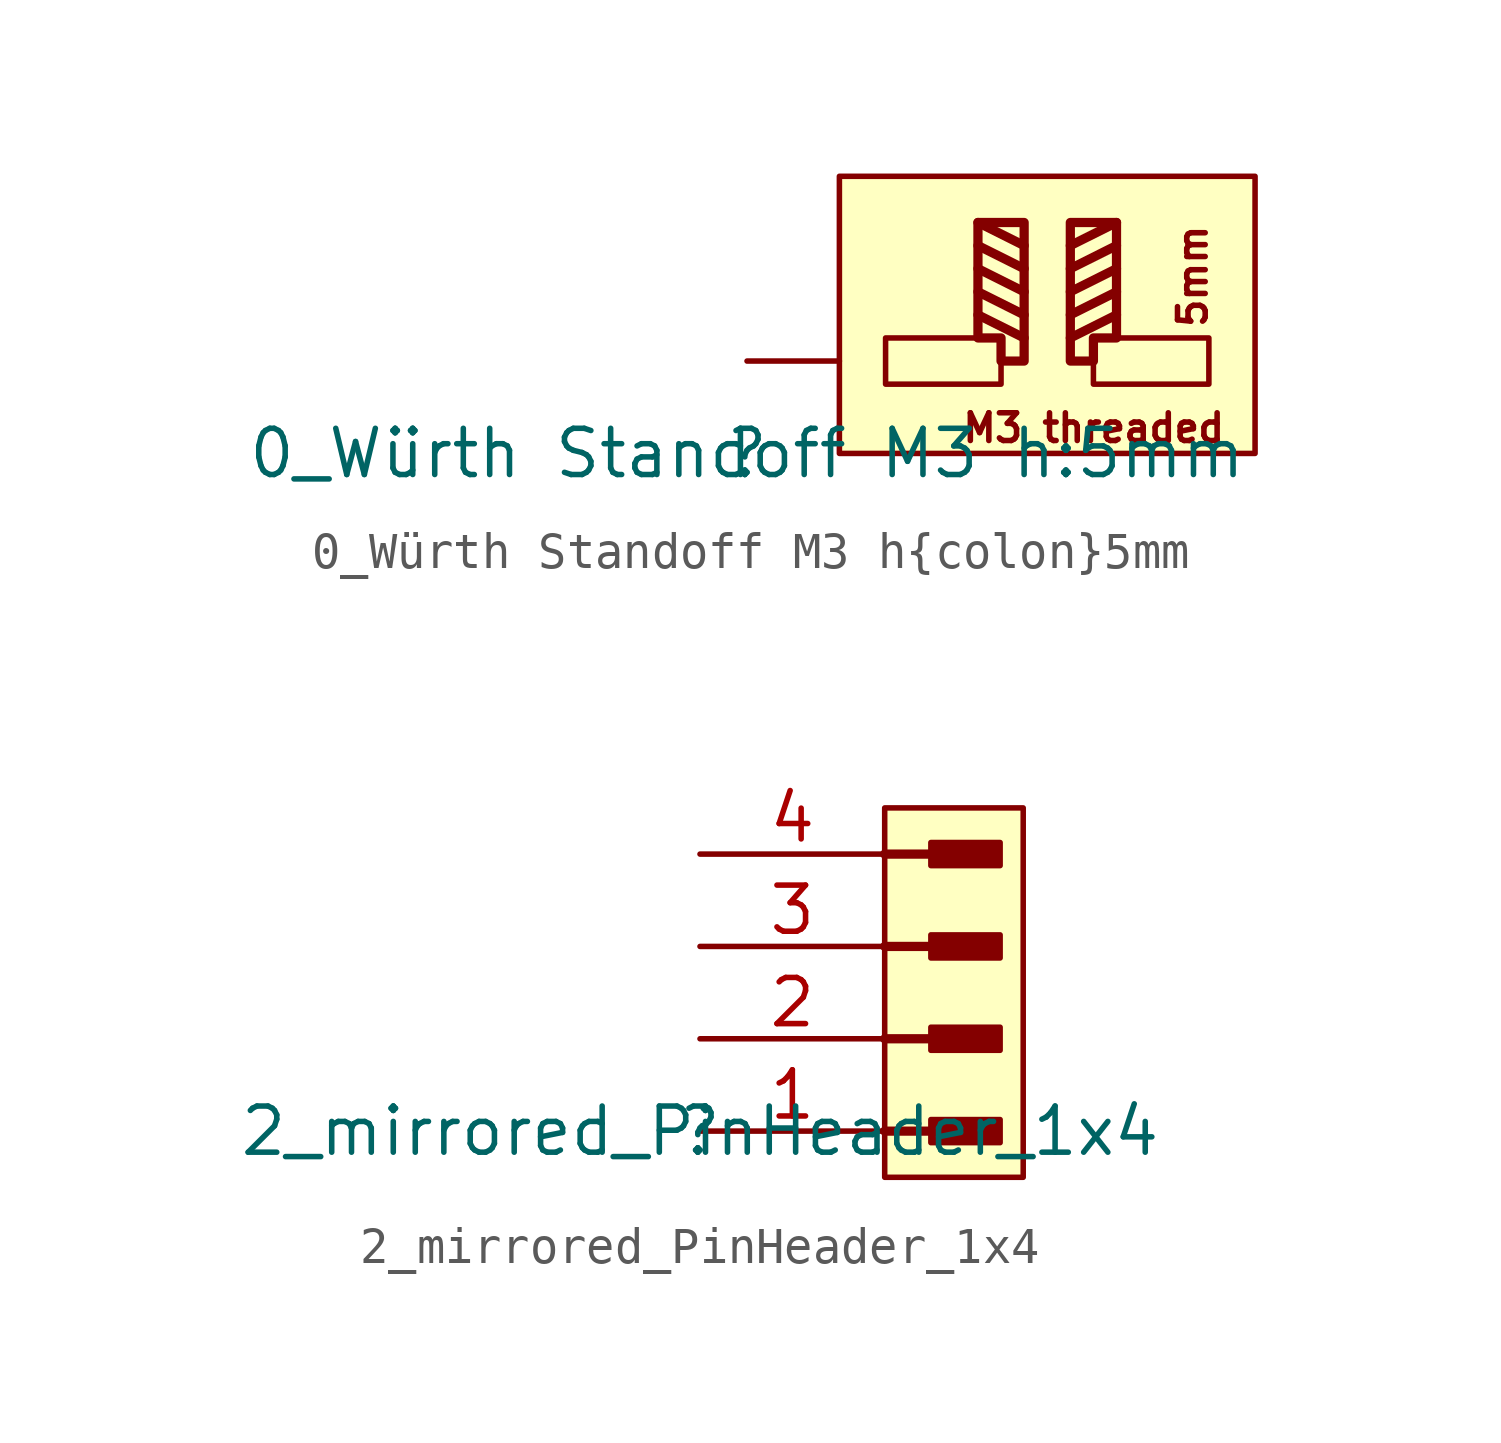
<source format=kicad_sym>
(kicad_symbol_lib
  (version 20211014)
  (generator kicad_symbol_editor)
  (symbol "0_Würth Standoff M3 h{colon}5mm"
    (property "Reference" ""
      (at 0 0 0)
      (effects (font (size 1.27 1.27))))
    (property "Value" "0_Würth Standoff M3 h:5mm"
      (at 0 0 0)
      (effects (font (size 1.27 1.27))))
    (symbol "0_Würth Standoff M3 h{colon}5mm_1_0"
      (polyline (pts (xy 6.35 3.81) (xy 7.62 3.175)) (stroke (width 0.254) (type default) (color 0 0 0 0)) (fill (type none)))
      (polyline (pts (xy 6.35 4.445) (xy 7.62 3.81)) (stroke (width 0.254) (type default) (color 0 0 0 0)) (fill (type none)))
      (polyline (pts (xy 6.35 5.08) (xy 7.62 4.445)) (stroke (width 0.254) (type default) (color 0 0 0 0)) (fill (type none)))
      (polyline (pts (xy 6.35 5.715) (xy 7.62 5.08)) (stroke (width 0.254) (type default) (color 0 0 0 0)) (fill (type none)))
      (polyline (pts (xy 6.35 6.35) (xy 7.62 5.715)) (stroke (width 0.254) (type default) (color 0 0 0 0)) (fill (type none)))
      (polyline (pts (xy 10.16 3.81) (xy 8.89 3.175)) (stroke (width 0.254) (type default) (color 0 0 0 0)) (fill (type none)))
      (polyline (pts (xy 10.16 4.445) (xy 8.89 3.81)) (stroke (width 0.254) (type default) (color 0 0 0 0)) (fill (type none)))
      (polyline (pts (xy 10.16 5.08) (xy 8.89 4.445)) (stroke (width 0.254) (type default) (color 0 0 0 0)) (fill (type none)))
      (polyline (pts (xy 10.16 5.715) (xy 8.89 5.08)) (stroke (width 0.254) (type default) (color 0 0 0 0)) (fill (type none)))
      (polyline (pts (xy 10.16 6.35) (xy 8.89 5.715)) (stroke (width 0.254) (type default) (color 0 0 0 0)) (fill (type none)))
      (polyline (pts (xy 7.62 2.54) (xy 6.985 2.54) (xy 6.985 3.175) (xy 6.35 3.175) (xy 6.35 6.35) (xy 7.62 6.35) (xy 7.62 2.54)) (stroke (width 0.254) (type default) (color 0 0 0 0)) (fill (type none)))
      (polyline (pts (xy 8.89 2.54) (xy 9.525 2.54) (xy 9.525 3.175) (xy 10.16 3.175) (xy 10.16 6.35) (xy 8.89 6.35) (xy 8.89 2.54)) (stroke (width 0.254) (type default) (color 0 0 0 0)) (fill (type none)))
      (rectangle (start 6.985 3.175) (end 3.81 1.905) (stroke (width 0) (type default) (color 0 0 0 0)) (fill (type background)))
      (rectangle (start 12.7 3.175) (end 9.525 1.905) (stroke (width 0) (type default) (color 0 0 0 0)) (fill (type background)))
      (rectangle (start 13.97 7.62) (end 2.54 0) (stroke (width 0) (type default) (color 0 0 0 0)) (fill (type background)))
      (text "5mm" (at 12.7 6.35 900) (effects (font (size 0.762 0.762)) (justify right bottom)))
      (text "M3 threaded" (at 13.208 0.254 0) (effects (font (size 0.762 0.762)) (justify right bottom)))
      (pin passive line (at 0 2.54 0) (length 2.54) (name "1" (effects (font (size 0 0)))) (number "1" (effects (font (size 0 0)))))))
  (symbol "2_mirrored_PinHeader_1x4"
    (property "Reference" ""
      (at 0 0 0)
      (effects (font (size 1.27 1.27))))
    (property "Value" "2_mirrored_PinHeader_1x4"
      (at 0 0 0)
      (effects (font (size 1.27 1.27))))
    (symbol "2_mirrored_PinHeader_1x4_1_0"
      (polyline (pts (xy 5.08 0) (xy 6.35 0)) (stroke (width 0.254) (type default) (color 0 0 0 0)) (fill (type none)))
      (polyline (pts (xy 5.08 2.54) (xy 6.35 2.54)) (stroke (width 0.254) (type default) (color 0 0 0 0)) (fill (type none)))
      (polyline (pts (xy 5.08 5.08) (xy 6.35 5.08)) (stroke (width 0.254) (type default) (color 0 0 0 0)) (fill (type none)))
      (polyline (pts (xy 5.08 7.62) (xy 6.35 7.62)) (stroke (width 0.254) (type default) (color 0 0 0 0)) (fill (type none)))
      (rectangle (start 8.255 0.318) (end 6.35 -0.317) (stroke (width 0) (type default) (color 0 0 0 0)) (fill (type outline)))
      (rectangle (start 8.255 2.858) (end 6.35 2.223) (stroke (width 0) (type default) (color 0 0 0 0)) (fill (type outline)))
      (rectangle (start 8.255 5.398) (end 6.35 4.763) (stroke (width 0) (type default) (color 0 0 0 0)) (fill (type outline)))
      (rectangle (start 8.255 7.938) (end 6.35 7.303) (stroke (width 0) (type default) (color 0 0 0 0)) (fill (type outline)))
      (rectangle (start 8.89 8.89) (end 5.08 -1.27) (stroke (width 0) (type default) (color 0 0 0 0)) (fill (type background)))
      (pin passive line (at 0 0 0) (length 5.08) (name "1" (effects (font (size 0 0)))) (number "1" (effects (font (size 1.27 1.27)))))
      (pin passive line (at 0 2.54 0) (length 5.08) (name "2" (effects (font (size 0 0)))) (number "2" (effects (font (size 1.27 1.27)))))
      (pin passive line (at 0 5.08 0) (length 5.08) (name "3" (effects (font (size 0 0)))) (number "3" (effects (font (size 1.27 1.27)))))
      (pin passive line (at 0 7.62 0) (length 5.08) (name "4" (effects (font (size 0 0)))) (number "4" (effects (font (size 1.27 1.27))))))))
</source>
